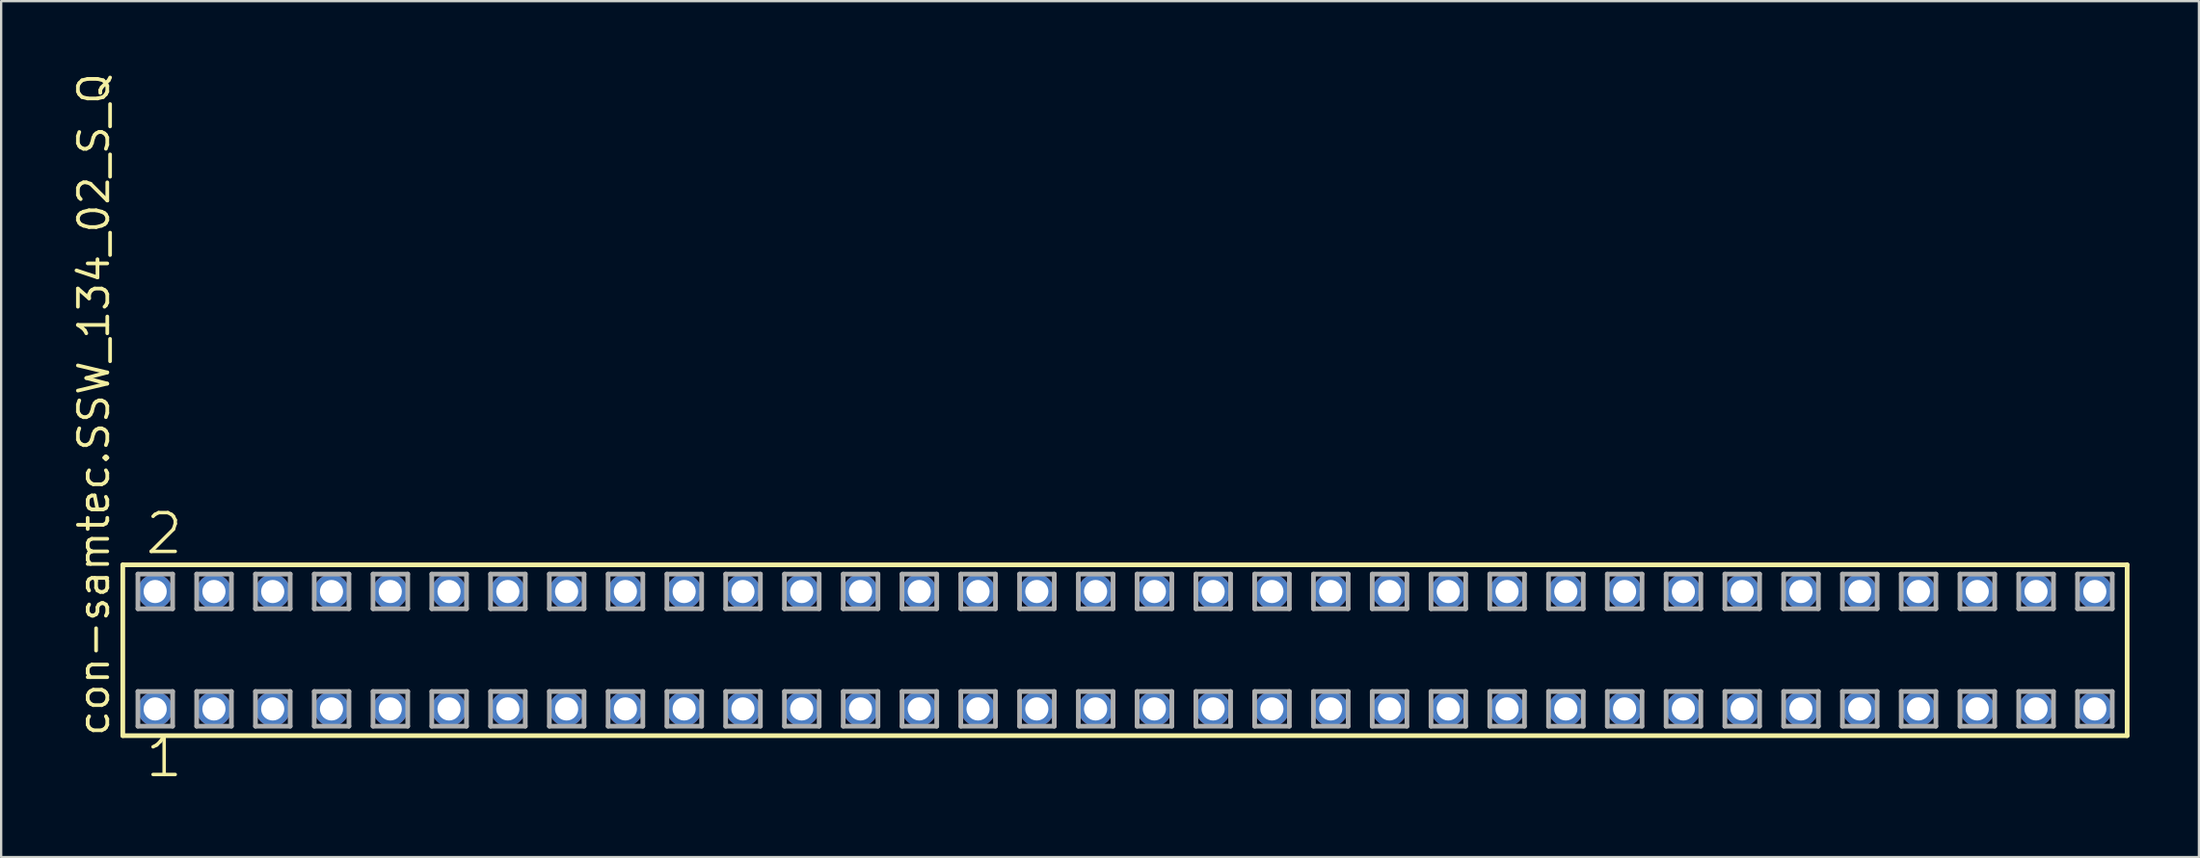
<source format=kicad_pcb>
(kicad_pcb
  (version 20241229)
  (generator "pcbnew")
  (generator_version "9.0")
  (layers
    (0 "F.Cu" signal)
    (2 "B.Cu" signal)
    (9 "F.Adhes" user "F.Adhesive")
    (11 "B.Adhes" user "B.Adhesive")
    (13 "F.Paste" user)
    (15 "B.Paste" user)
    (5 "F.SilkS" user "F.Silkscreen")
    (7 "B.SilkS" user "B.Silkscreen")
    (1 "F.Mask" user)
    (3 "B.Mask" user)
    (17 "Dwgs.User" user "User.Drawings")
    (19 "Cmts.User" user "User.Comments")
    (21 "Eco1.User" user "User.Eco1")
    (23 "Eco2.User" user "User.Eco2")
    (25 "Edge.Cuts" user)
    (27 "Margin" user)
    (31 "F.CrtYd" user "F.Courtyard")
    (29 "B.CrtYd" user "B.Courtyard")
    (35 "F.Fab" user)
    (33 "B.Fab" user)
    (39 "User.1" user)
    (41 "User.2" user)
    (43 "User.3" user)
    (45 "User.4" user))
  (footprint "con-samtec.SSW_134_02_S_Q"
    (layer "F.Cu")
    (at 45.565 25.082)
    (property "Reference" "con-samtec.SSW_134_02_S_Q" (at -43.815 3.81 90) (layer "F.SilkS") (effects (font (size 1.27 1.27) (thickness 0.16)) (justify left bottom)))
    (attr through_hole)
    (fp_line (start -43.309 -3.695) (end 43.309 -3.695) (stroke (width 0.203) (type default)) (layer "F.SilkS"))
    (fp_line (start -43.309 3.695) (end -43.309 -3.695) (stroke (width 0.203) (type default)) (layer "F.SilkS"))
    (fp_line (start 43.309 -3.695) (end 43.309 3.695) (stroke (width 0.203) (type default)) (layer "F.SilkS"))
    (fp_line (start 43.309 3.695) (end -43.309 3.695) (stroke (width 0.203) (type default)) (layer "F.SilkS"))
    (fp_line (start -42.655 -3.295) (end -41.155 -3.295) (stroke (width 0.203) (type default)) (layer "F.Fab"))
    (fp_line (start -42.655 -1.795) (end -42.655 -3.295) (stroke (width 0.203) (type default)) (layer "F.Fab"))
    (fp_line (start -42.655 1.785) (end -41.155 1.785) (stroke (width 0.203) (type default)) (layer "F.Fab"))
    (fp_line (start -42.655 3.285) (end -42.655 1.785) (stroke (width 0.203) (type default)) (layer "F.Fab"))
    (fp_line (start -41.155 -3.295) (end -41.155 -1.795) (stroke (width 0.203) (type default)) (layer "F.Fab"))
    (fp_line (start -41.155 -1.795) (end -42.655 -1.795) (stroke (width 0.203) (type default)) (layer "F.Fab"))
    (fp_line (start -41.155 1.785) (end -41.155 3.285) (stroke (width 0.203) (type default)) (layer "F.Fab"))
    (fp_line (start -41.155 3.285) (end -42.655 3.285) (stroke (width 0.203) (type default)) (layer "F.Fab"))
    (fp_line (start -40.115 -3.295) (end -38.615 -3.295) (stroke (width 0.203) (type default)) (layer "F.Fab"))
    (fp_line (start -40.115 -1.795) (end -40.115 -3.295) (stroke (width 0.203) (type default)) (layer "F.Fab"))
    (fp_line (start -40.115 1.785) (end -38.615 1.785) (stroke (width 0.203) (type default)) (layer "F.Fab"))
    (fp_line (start -40.115 3.285) (end -40.115 1.785) (stroke (width 0.203) (type default)) (layer "F.Fab"))
    (fp_line (start -38.615 -3.295) (end -38.615 -1.795) (stroke (width 0.203) (type default)) (layer "F.Fab"))
    (fp_line (start -38.615 -1.795) (end -40.115 -1.795) (stroke (width 0.203) (type default)) (layer "F.Fab"))
    (fp_line (start -38.615 1.785) (end -38.615 3.285) (stroke (width 0.203) (type default)) (layer "F.Fab"))
    (fp_line (start -38.615 3.285) (end -40.115 3.285) (stroke (width 0.203) (type default)) (layer "F.Fab"))
    (fp_line (start -37.575 -3.295) (end -36.075 -3.295) (stroke (width 0.203) (type default)) (layer "F.Fab"))
    (fp_line (start -37.575 -1.795) (end -37.575 -3.295) (stroke (width 0.203) (type default)) (layer "F.Fab"))
    (fp_line (start -37.575 1.785) (end -36.075 1.785) (stroke (width 0.203) (type default)) (layer "F.Fab"))
    (fp_line (start -37.575 3.285) (end -37.575 1.785) (stroke (width 0.203) (type default)) (layer "F.Fab"))
    (fp_line (start -36.075 -3.295) (end -36.075 -1.795) (stroke (width 0.203) (type default)) (layer "F.Fab"))
    (fp_line (start -36.075 -1.795) (end -37.575 -1.795) (stroke (width 0.203) (type default)) (layer "F.Fab"))
    (fp_line (start -36.075 1.785) (end -36.075 3.285) (stroke (width 0.203) (type default)) (layer "F.Fab"))
    (fp_line (start -36.075 3.285) (end -37.575 3.285) (stroke (width 0.203) (type default)) (layer "F.Fab"))
    (fp_line (start -35.035 -3.295) (end -33.535 -3.295) (stroke (width 0.203) (type default)) (layer "F.Fab"))
    (fp_line (start -35.035 -1.795) (end -35.035 -3.295) (stroke (width 0.203) (type default)) (layer "F.Fab"))
    (fp_line (start -35.035 1.785) (end -33.535 1.785) (stroke (width 0.203) (type default)) (layer "F.Fab"))
    (fp_line (start -35.035 3.285) (end -35.035 1.785) (stroke (width 0.203) (type default)) (layer "F.Fab"))
    (fp_line (start -33.535 -3.295) (end -33.535 -1.795) (stroke (width 0.203) (type default)) (layer "F.Fab"))
    (fp_line (start -33.535 -1.795) (end -35.035 -1.795) (stroke (width 0.203) (type default)) (layer "F.Fab"))
    (fp_line (start -33.535 1.785) (end -33.535 3.285) (stroke (width 0.203) (type default)) (layer "F.Fab"))
    (fp_line (start -33.535 3.285) (end -35.035 3.285) (stroke (width 0.203) (type default)) (layer "F.Fab"))
    (fp_line (start -32.495 -3.295) (end -30.995 -3.295) (stroke (width 0.203) (type default)) (layer "F.Fab"))
    (fp_line (start -32.495 -1.795) (end -32.495 -3.295) (stroke (width 0.203) (type default)) (layer "F.Fab"))
    (fp_line (start -32.495 1.785) (end -30.995 1.785) (stroke (width 0.203) (type default)) (layer "F.Fab"))
    (fp_line (start -32.495 3.285) (end -32.495 1.785) (stroke (width 0.203) (type default)) (layer "F.Fab"))
    (fp_line (start -30.995 -3.295) (end -30.995 -1.795) (stroke (width 0.203) (type default)) (layer "F.Fab"))
    (fp_line (start -30.995 -1.795) (end -32.495 -1.795) (stroke (width 0.203) (type default)) (layer "F.Fab"))
    (fp_line (start -30.995 1.785) (end -30.995 3.285) (stroke (width 0.203) (type default)) (layer "F.Fab"))
    (fp_line (start -30.995 3.285) (end -32.495 3.285) (stroke (width 0.203) (type default)) (layer "F.Fab"))
    (fp_line (start -29.955 -3.295) (end -28.455 -3.295) (stroke (width 0.203) (type default)) (layer "F.Fab"))
    (fp_line (start -29.955 -1.795) (end -29.955 -3.295) (stroke (width 0.203) (type default)) (layer "F.Fab"))
    (fp_line (start -29.955 1.785) (end -28.455 1.785) (stroke (width 0.203) (type default)) (layer "F.Fab"))
    (fp_line (start -29.955 3.285) (end -29.955 1.785) (stroke (width 0.203) (type default)) (layer "F.Fab"))
    (fp_line (start -28.455 -3.295) (end -28.455 -1.795) (stroke (width 0.203) (type default)) (layer "F.Fab"))
    (fp_line (start -28.455 -1.795) (end -29.955 -1.795) (stroke (width 0.203) (type default)) (layer "F.Fab"))
    (fp_line (start -28.455 1.785) (end -28.455 3.285) (stroke (width 0.203) (type default)) (layer "F.Fab"))
    (fp_line (start -28.455 3.285) (end -29.955 3.285) (stroke (width 0.203) (type default)) (layer "F.Fab"))
    (fp_line (start -27.415 -3.295) (end -25.915 -3.295) (stroke (width 0.203) (type default)) (layer "F.Fab"))
    (fp_line (start -27.415 -1.795) (end -27.415 -3.295) (stroke (width 0.203) (type default)) (layer "F.Fab"))
    (fp_line (start -27.415 1.785) (end -25.915 1.785) (stroke (width 0.203) (type default)) (layer "F.Fab"))
    (fp_line (start -27.415 3.285) (end -27.415 1.785) (stroke (width 0.203) (type default)) (layer "F.Fab"))
    (fp_line (start -25.915 -3.295) (end -25.915 -1.795) (stroke (width 0.203) (type default)) (layer "F.Fab"))
    (fp_line (start -25.915 -1.795) (end -27.415 -1.795) (stroke (width 0.203) (type default)) (layer "F.Fab"))
    (fp_line (start -25.915 1.785) (end -25.915 3.285) (stroke (width 0.203) (type default)) (layer "F.Fab"))
    (fp_line (start -25.915 3.285) (end -27.415 3.285) (stroke (width 0.203) (type default)) (layer "F.Fab"))
    (fp_line (start -24.875 -3.295) (end -23.375 -3.295) (stroke (width 0.203) (type default)) (layer "F.Fab"))
    (fp_line (start -24.875 -1.795) (end -24.875 -3.295) (stroke (width 0.203) (type default)) (layer "F.Fab"))
    (fp_line (start -24.875 1.785) (end -23.375 1.785) (stroke (width 0.203) (type default)) (layer "F.Fab"))
    (fp_line (start -24.875 3.285) (end -24.875 1.785) (stroke (width 0.203) (type default)) (layer "F.Fab"))
    (fp_line (start -23.375 -3.295) (end -23.375 -1.795) (stroke (width 0.203) (type default)) (layer "F.Fab"))
    (fp_line (start -23.375 -1.795) (end -24.875 -1.795) (stroke (width 0.203) (type default)) (layer "F.Fab"))
    (fp_line (start -23.375 1.785) (end -23.375 3.285) (stroke (width 0.203) (type default)) (layer "F.Fab"))
    (fp_line (start -23.375 3.285) (end -24.875 3.285) (stroke (width 0.203) (type default)) (layer "F.Fab"))
    (fp_line (start -22.335 -3.295) (end -20.835 -3.295) (stroke (width 0.203) (type default)) (layer "F.Fab"))
    (fp_line (start -22.335 -1.795) (end -22.335 -3.295) (stroke (width 0.203) (type default)) (layer "F.Fab"))
    (fp_line (start -22.335 1.785) (end -20.835 1.785) (stroke (width 0.203) (type default)) (layer "F.Fab"))
    (fp_line (start -22.335 3.285) (end -22.335 1.785) (stroke (width 0.203) (type default)) (layer "F.Fab"))
    (fp_line (start -20.835 -3.295) (end -20.835 -1.795) (stroke (width 0.203) (type default)) (layer "F.Fab"))
    (fp_line (start -20.835 -1.795) (end -22.335 -1.795) (stroke (width 0.203) (type default)) (layer "F.Fab"))
    (fp_line (start -20.835 1.785) (end -20.835 3.285) (stroke (width 0.203) (type default)) (layer "F.Fab"))
    (fp_line (start -20.835 3.285) (end -22.335 3.285) (stroke (width 0.203) (type default)) (layer "F.Fab"))
    (fp_line (start -19.795 -3.295) (end -18.295 -3.295) (stroke (width 0.203) (type default)) (layer "F.Fab"))
    (fp_line (start -19.795 -1.795) (end -19.795 -3.295) (stroke (width 0.203) (type default)) (layer "F.Fab"))
    (fp_line (start -19.795 1.785) (end -18.295 1.785) (stroke (width 0.203) (type default)) (layer "F.Fab"))
    (fp_line (start -19.795 3.285) (end -19.795 1.785) (stroke (width 0.203) (type default)) (layer "F.Fab"))
    (fp_line (start -18.295 -3.295) (end -18.295 -1.795) (stroke (width 0.203) (type default)) (layer "F.Fab"))
    (fp_line (start -18.295 -1.795) (end -19.795 -1.795) (stroke (width 0.203) (type default)) (layer "F.Fab"))
    (fp_line (start -18.295 1.785) (end -18.295 3.285) (stroke (width 0.203) (type default)) (layer "F.Fab"))
    (fp_line (start -18.295 3.285) (end -19.795 3.285) (stroke (width 0.203) (type default)) (layer "F.Fab"))
    (fp_line (start -17.255 -3.295) (end -15.755 -3.295) (stroke (width 0.203) (type default)) (layer "F.Fab"))
    (fp_line (start -17.255 -1.795) (end -17.255 -3.295) (stroke (width 0.203) (type default)) (layer "F.Fab"))
    (fp_line (start -17.255 1.785) (end -15.755 1.785) (stroke (width 0.203) (type default)) (layer "F.Fab"))
    (fp_line (start -17.255 3.285) (end -17.255 1.785) (stroke (width 0.203) (type default)) (layer "F.Fab"))
    (fp_line (start -15.755 -3.295) (end -15.755 -1.795) (stroke (width 0.203) (type default)) (layer "F.Fab"))
    (fp_line (start -15.755 -1.795) (end -17.255 -1.795) (stroke (width 0.203) (type default)) (layer "F.Fab"))
    (fp_line (start -15.755 1.785) (end -15.755 3.285) (stroke (width 0.203) (type default)) (layer "F.Fab"))
    (fp_line (start -15.755 3.285) (end -17.255 3.285) (stroke (width 0.203) (type default)) (layer "F.Fab"))
    (fp_line (start -14.715 -3.295) (end -13.215 -3.295) (stroke (width 0.203) (type default)) (layer "F.Fab"))
    (fp_line (start -14.715 -1.795) (end -14.715 -3.295) (stroke (width 0.203) (type default)) (layer "F.Fab"))
    (fp_line (start -14.715 1.785) (end -13.215 1.785) (stroke (width 0.203) (type default)) (layer "F.Fab"))
    (fp_line (start -14.715 3.285) (end -14.715 1.785) (stroke (width 0.203) (type default)) (layer "F.Fab"))
    (fp_line (start -13.215 -3.295) (end -13.215 -1.795) (stroke (width 0.203) (type default)) (layer "F.Fab"))
    (fp_line (start -13.215 -1.795) (end -14.715 -1.795) (stroke (width 0.203) (type default)) (layer "F.Fab"))
    (fp_line (start -13.215 1.785) (end -13.215 3.285) (stroke (width 0.203) (type default)) (layer "F.Fab"))
    (fp_line (start -13.215 3.285) (end -14.715 3.285) (stroke (width 0.203) (type default)) (layer "F.Fab"))
    (fp_line (start -12.175 -3.295) (end -10.675 -3.295) (stroke (width 0.203) (type default)) (layer "F.Fab"))
    (fp_line (start -12.175 -1.795) (end -12.175 -3.295) (stroke (width 0.203) (type default)) (layer "F.Fab"))
    (fp_line (start -12.175 1.785) (end -10.675 1.785) (stroke (width 0.203) (type default)) (layer "F.Fab"))
    (fp_line (start -12.175 3.285) (end -12.175 1.785) (stroke (width 0.203) (type default)) (layer "F.Fab"))
    (fp_line (start -10.675 -3.295) (end -10.675 -1.795) (stroke (width 0.203) (type default)) (layer "F.Fab"))
    (fp_line (start -10.675 -1.795) (end -12.175 -1.795) (stroke (width 0.203) (type default)) (layer "F.Fab"))
    (fp_line (start -10.675 1.785) (end -10.675 3.285) (stroke (width 0.203) (type default)) (layer "F.Fab"))
    (fp_line (start -10.675 3.285) (end -12.175 3.285) (stroke (width 0.203) (type default)) (layer "F.Fab"))
    (fp_line (start -9.635 -3.295) (end -8.135 -3.295) (stroke (width 0.203) (type default)) (layer "F.Fab"))
    (fp_line (start -9.635 -1.795) (end -9.635 -3.295) (stroke (width 0.203) (type default)) (layer "F.Fab"))
    (fp_line (start -9.635 1.785) (end -8.135 1.785) (stroke (width 0.203) (type default)) (layer "F.Fab"))
    (fp_line (start -9.635 3.285) (end -9.635 1.785) (stroke (width 0.203) (type default)) (layer "F.Fab"))
    (fp_line (start -8.135 -3.295) (end -8.135 -1.795) (stroke (width 0.203) (type default)) (layer "F.Fab"))
    (fp_line (start -8.135 -1.795) (end -9.635 -1.795) (stroke (width 0.203) (type default)) (layer "F.Fab"))
    (fp_line (start -8.135 1.785) (end -8.135 3.285) (stroke (width 0.203) (type default)) (layer "F.Fab"))
    (fp_line (start -8.135 3.285) (end -9.635 3.285) (stroke (width 0.203) (type default)) (layer "F.Fab"))
    (fp_line (start -7.095 -3.295) (end -5.595 -3.295) (stroke (width 0.203) (type default)) (layer "F.Fab"))
    (fp_line (start -7.095 -1.795) (end -7.095 -3.295) (stroke (width 0.203) (type default)) (layer "F.Fab"))
    (fp_line (start -7.095 1.785) (end -5.595 1.785) (stroke (width 0.203) (type default)) (layer "F.Fab"))
    (fp_line (start -7.095 3.285) (end -7.095 1.785) (stroke (width 0.203) (type default)) (layer "F.Fab"))
    (fp_line (start -5.595 -3.295) (end -5.595 -1.795) (stroke (width 0.203) (type default)) (layer "F.Fab"))
    (fp_line (start -5.595 -1.795) (end -7.095 -1.795) (stroke (width 0.203) (type default)) (layer "F.Fab"))
    (fp_line (start -5.595 1.785) (end -5.595 3.285) (stroke (width 0.203) (type default)) (layer "F.Fab"))
    (fp_line (start -5.595 3.285) (end -7.095 3.285) (stroke (width 0.203) (type default)) (layer "F.Fab"))
    (fp_line (start -4.555 -3.295) (end -3.055 -3.295) (stroke (width 0.203) (type default)) (layer "F.Fab"))
    (fp_line (start -4.555 -1.795) (end -4.555 -3.295) (stroke (width 0.203) (type default)) (layer "F.Fab"))
    (fp_line (start -4.555 1.785) (end -3.055 1.785) (stroke (width 0.203) (type default)) (layer "F.Fab"))
    (fp_line (start -4.555 3.285) (end -4.555 1.785) (stroke (width 0.203) (type default)) (layer "F.Fab"))
    (fp_line (start -3.055 -3.295) (end -3.055 -1.795) (stroke (width 0.203) (type default)) (layer "F.Fab"))
    (fp_line (start -3.055 -1.795) (end -4.555 -1.795) (stroke (width 0.203) (type default)) (layer "F.Fab"))
    (fp_line (start -3.055 1.785) (end -3.055 3.285) (stroke (width 0.203) (type default)) (layer "F.Fab"))
    (fp_line (start -3.055 3.285) (end -4.555 3.285) (stroke (width 0.203) (type default)) (layer "F.Fab"))
    (fp_line (start -2.015 -3.295) (end -0.515 -3.295) (stroke (width 0.203) (type default)) (layer "F.Fab"))
    (fp_line (start -2.015 -1.795) (end -2.015 -3.295) (stroke (width 0.203) (type default)) (layer "F.Fab"))
    (fp_line (start -2.015 1.785) (end -0.515 1.785) (stroke (width 0.203) (type default)) (layer "F.Fab"))
    (fp_line (start -2.015 3.285) (end -2.015 1.785) (stroke (width 0.203) (type default)) (layer "F.Fab"))
    (fp_line (start -0.515 -3.295) (end -0.515 -1.795) (stroke (width 0.203) (type default)) (layer "F.Fab"))
    (fp_line (start -0.515 -1.795) (end -2.015 -1.795) (stroke (width 0.203) (type default)) (layer "F.Fab"))
    (fp_line (start -0.515 1.785) (end -0.515 3.285) (stroke (width 0.203) (type default)) (layer "F.Fab"))
    (fp_line (start -0.515 3.285) (end -2.015 3.285) (stroke (width 0.203) (type default)) (layer "F.Fab"))
    (fp_line (start 0.525 -3.295) (end 2.025 -3.295) (stroke (width 0.203) (type default)) (layer "F.Fab"))
    (fp_line (start 0.525 -1.795) (end 0.525 -3.295) (stroke (width 0.203) (type default)) (layer "F.Fab"))
    (fp_line (start 0.525 1.785) (end 2.025 1.785) (stroke (width 0.203) (type default)) (layer "F.Fab"))
    (fp_line (start 0.525 3.285) (end 0.525 1.785) (stroke (width 0.203) (type default)) (layer "F.Fab"))
    (fp_line (start 2.025 -3.295) (end 2.025 -1.795) (stroke (width 0.203) (type default)) (layer "F.Fab"))
    (fp_line (start 2.025 -1.795) (end 0.525 -1.795) (stroke (width 0.203) (type default)) (layer "F.Fab"))
    (fp_line (start 2.025 1.785) (end 2.025 3.285) (stroke (width 0.203) (type default)) (layer "F.Fab"))
    (fp_line (start 2.025 3.285) (end 0.525 3.285) (stroke (width 0.203) (type default)) (layer "F.Fab"))
    (fp_line (start 3.065 -3.295) (end 4.565 -3.295) (stroke (width 0.203) (type default)) (layer "F.Fab"))
    (fp_line (start 3.065 -1.795) (end 3.065 -3.295) (stroke (width 0.203) (type default)) (layer "F.Fab"))
    (fp_line (start 3.065 1.785) (end 4.565 1.785) (stroke (width 0.203) (type default)) (layer "F.Fab"))
    (fp_line (start 3.065 3.285) (end 3.065 1.785) (stroke (width 0.203) (type default)) (layer "F.Fab"))
    (fp_line (start 4.565 -3.295) (end 4.565 -1.795) (stroke (width 0.203) (type default)) (layer "F.Fab"))
    (fp_line (start 4.565 -1.795) (end 3.065 -1.795) (stroke (width 0.203) (type default)) (layer "F.Fab"))
    (fp_line (start 4.565 1.785) (end 4.565 3.285) (stroke (width 0.203) (type default)) (layer "F.Fab"))
    (fp_line (start 4.565 3.285) (end 3.065 3.285) (stroke (width 0.203) (type default)) (layer "F.Fab"))
    (fp_line (start 5.605 -3.295) (end 7.105 -3.295) (stroke (width 0.203) (type default)) (layer "F.Fab"))
    (fp_line (start 5.605 -1.795) (end 5.605 -3.295) (stroke (width 0.203) (type default)) (layer "F.Fab"))
    (fp_line (start 5.605 1.785) (end 7.105 1.785) (stroke (width 0.203) (type default)) (layer "F.Fab"))
    (fp_line (start 5.605 3.285) (end 5.605 1.785) (stroke (width 0.203) (type default)) (layer "F.Fab"))
    (fp_line (start 7.105 -3.295) (end 7.105 -1.795) (stroke (width 0.203) (type default)) (layer "F.Fab"))
    (fp_line (start 7.105 -1.795) (end 5.605 -1.795) (stroke (width 0.203) (type default)) (layer "F.Fab"))
    (fp_line (start 7.105 1.785) (end 7.105 3.285) (stroke (width 0.203) (type default)) (layer "F.Fab"))
    (fp_line (start 7.105 3.285) (end 5.605 3.285) (stroke (width 0.203) (type default)) (layer "F.Fab"))
    (fp_line (start 8.145 -3.295) (end 9.645 -3.295) (stroke (width 0.203) (type default)) (layer "F.Fab"))
    (fp_line (start 8.145 -1.795) (end 8.145 -3.295) (stroke (width 0.203) (type default)) (layer "F.Fab"))
    (fp_line (start 8.145 1.785) (end 9.645 1.785) (stroke (width 0.203) (type default)) (layer "F.Fab"))
    (fp_line (start 8.145 3.285) (end 8.145 1.785) (stroke (width 0.203) (type default)) (layer "F.Fab"))
    (fp_line (start 9.645 -3.295) (end 9.645 -1.795) (stroke (width 0.203) (type default)) (layer "F.Fab"))
    (fp_line (start 9.645 -1.795) (end 8.145 -1.795) (stroke (width 0.203) (type default)) (layer "F.Fab"))
    (fp_line (start 9.645 1.785) (end 9.645 3.285) (stroke (width 0.203) (type default)) (layer "F.Fab"))
    (fp_line (start 9.645 3.285) (end 8.145 3.285) (stroke (width 0.203) (type default)) (layer "F.Fab"))
    (fp_line (start 10.685 -3.295) (end 12.185 -3.295) (stroke (width 0.203) (type default)) (layer "F.Fab"))
    (fp_line (start 10.685 -1.795) (end 10.685 -3.295) (stroke (width 0.203) (type default)) (layer "F.Fab"))
    (fp_line (start 10.685 1.785) (end 12.185 1.785) (stroke (width 0.203) (type default)) (layer "F.Fab"))
    (fp_line (start 10.685 3.285) (end 10.685 1.785) (stroke (width 0.203) (type default)) (layer "F.Fab"))
    (fp_line (start 12.185 -3.295) (end 12.185 -1.795) (stroke (width 0.203) (type default)) (layer "F.Fab"))
    (fp_line (start 12.185 -1.795) (end 10.685 -1.795) (stroke (width 0.203) (type default)) (layer "F.Fab"))
    (fp_line (start 12.185 1.785) (end 12.185 3.285) (stroke (width 0.203) (type default)) (layer "F.Fab"))
    (fp_line (start 12.185 3.285) (end 10.685 3.285) (stroke (width 0.203) (type default)) (layer "F.Fab"))
    (fp_line (start 13.225 -3.295) (end 14.725 -3.295) (stroke (width 0.203) (type default)) (layer "F.Fab"))
    (fp_line (start 13.225 -1.795) (end 13.225 -3.295) (stroke (width 0.203) (type default)) (layer "F.Fab"))
    (fp_line (start 13.225 1.785) (end 14.725 1.785) (stroke (width 0.203) (type default)) (layer "F.Fab"))
    (fp_line (start 13.225 3.285) (end 13.225 1.785) (stroke (width 0.203) (type default)) (layer "F.Fab"))
    (fp_line (start 14.725 -3.295) (end 14.725 -1.795) (stroke (width 0.203) (type default)) (layer "F.Fab"))
    (fp_line (start 14.725 -1.795) (end 13.225 -1.795) (stroke (width 0.203) (type default)) (layer "F.Fab"))
    (fp_line (start 14.725 1.785) (end 14.725 3.285) (stroke (width 0.203) (type default)) (layer "F.Fab"))
    (fp_line (start 14.725 3.285) (end 13.225 3.285) (stroke (width 0.203) (type default)) (layer "F.Fab"))
    (fp_line (start 15.765 -3.295) (end 17.265 -3.295) (stroke (width 0.203) (type default)) (layer "F.Fab"))
    (fp_line (start 15.765 -1.795) (end 15.765 -3.295) (stroke (width 0.203) (type default)) (layer "F.Fab"))
    (fp_line (start 15.765 1.785) (end 17.265 1.785) (stroke (width 0.203) (type default)) (layer "F.Fab"))
    (fp_line (start 15.765 3.285) (end 15.765 1.785) (stroke (width 0.203) (type default)) (layer "F.Fab"))
    (fp_line (start 17.265 -3.295) (end 17.265 -1.795) (stroke (width 0.203) (type default)) (layer "F.Fab"))
    (fp_line (start 17.265 -1.795) (end 15.765 -1.795) (stroke (width 0.203) (type default)) (layer "F.Fab"))
    (fp_line (start 17.265 1.785) (end 17.265 3.285) (stroke (width 0.203) (type default)) (layer "F.Fab"))
    (fp_line (start 17.265 3.285) (end 15.765 3.285) (stroke (width 0.203) (type default)) (layer "F.Fab"))
    (fp_line (start 18.305 -3.295) (end 19.805 -3.295) (stroke (width 0.203) (type default)) (layer "F.Fab"))
    (fp_line (start 18.305 -1.795) (end 18.305 -3.295) (stroke (width 0.203) (type default)) (layer "F.Fab"))
    (fp_line (start 18.305 1.785) (end 19.805 1.785) (stroke (width 0.203) (type default)) (layer "F.Fab"))
    (fp_line (start 18.305 3.285) (end 18.305 1.785) (stroke (width 0.203) (type default)) (layer "F.Fab"))
    (fp_line (start 19.805 -3.295) (end 19.805 -1.795) (stroke (width 0.203) (type default)) (layer "F.Fab"))
    (fp_line (start 19.805 -1.795) (end 18.305 -1.795) (stroke (width 0.203) (type default)) (layer "F.Fab"))
    (fp_line (start 19.805 1.785) (end 19.805 3.285) (stroke (width 0.203) (type default)) (layer "F.Fab"))
    (fp_line (start 19.805 3.285) (end 18.305 3.285) (stroke (width 0.203) (type default)) (layer "F.Fab"))
    (fp_line (start 20.845 -3.295) (end 22.345 -3.295) (stroke (width 0.203) (type default)) (layer "F.Fab"))
    (fp_line (start 20.845 -1.795) (end 20.845 -3.295) (stroke (width 0.203) (type default)) (layer "F.Fab"))
    (fp_line (start 20.845 1.785) (end 22.345 1.785) (stroke (width 0.203) (type default)) (layer "F.Fab"))
    (fp_line (start 20.845 3.285) (end 20.845 1.785) (stroke (width 0.203) (type default)) (layer "F.Fab"))
    (fp_line (start 22.345 -3.295) (end 22.345 -1.795) (stroke (width 0.203) (type default)) (layer "F.Fab"))
    (fp_line (start 22.345 -1.795) (end 20.845 -1.795) (stroke (width 0.203) (type default)) (layer "F.Fab"))
    (fp_line (start 22.345 1.785) (end 22.345 3.285) (stroke (width 0.203) (type default)) (layer "F.Fab"))
    (fp_line (start 22.345 3.285) (end 20.845 3.285) (stroke (width 0.203) (type default)) (layer "F.Fab"))
    (fp_line (start 23.385 -3.295) (end 24.885 -3.295) (stroke (width 0.203) (type default)) (layer "F.Fab"))
    (fp_line (start 23.385 -1.795) (end 23.385 -3.295) (stroke (width 0.203) (type default)) (layer "F.Fab"))
    (fp_line (start 23.385 1.785) (end 24.885 1.785) (stroke (width 0.203) (type default)) (layer "F.Fab"))
    (fp_line (start 23.385 3.285) (end 23.385 1.785) (stroke (width 0.203) (type default)) (layer "F.Fab"))
    (fp_line (start 24.885 -3.295) (end 24.885 -1.795) (stroke (width 0.203) (type default)) (layer "F.Fab"))
    (fp_line (start 24.885 -1.795) (end 23.385 -1.795) (stroke (width 0.203) (type default)) (layer "F.Fab"))
    (fp_line (start 24.885 1.785) (end 24.885 3.285) (stroke (width 0.203) (type default)) (layer "F.Fab"))
    (fp_line (start 24.885 3.285) (end 23.385 3.285) (stroke (width 0.203) (type default)) (layer "F.Fab"))
    (fp_line (start 25.925 -3.295) (end 27.425 -3.295) (stroke (width 0.203) (type default)) (layer "F.Fab"))
    (fp_line (start 25.925 -1.795) (end 25.925 -3.295) (stroke (width 0.203) (type default)) (layer "F.Fab"))
    (fp_line (start 25.925 1.785) (end 27.425 1.785) (stroke (width 0.203) (type default)) (layer "F.Fab"))
    (fp_line (start 25.925 3.285) (end 25.925 1.785) (stroke (width 0.203) (type default)) (layer "F.Fab"))
    (fp_line (start 27.425 -3.295) (end 27.425 -1.795) (stroke (width 0.203) (type default)) (layer "F.Fab"))
    (fp_line (start 27.425 -1.795) (end 25.925 -1.795) (stroke (width 0.203) (type default)) (layer "F.Fab"))
    (fp_line (start 27.425 1.785) (end 27.425 3.285) (stroke (width 0.203) (type default)) (layer "F.Fab"))
    (fp_line (start 27.425 3.285) (end 25.925 3.285) (stroke (width 0.203) (type default)) (layer "F.Fab"))
    (fp_line (start 28.465 -3.295) (end 29.965 -3.295) (stroke (width 0.203) (type default)) (layer "F.Fab"))
    (fp_line (start 28.465 -1.795) (end 28.465 -3.295) (stroke (width 0.203) (type default)) (layer "F.Fab"))
    (fp_line (start 28.465 1.785) (end 29.965 1.785) (stroke (width 0.203) (type default)) (layer "F.Fab"))
    (fp_line (start 28.465 3.285) (end 28.465 1.785) (stroke (width 0.203) (type default)) (layer "F.Fab"))
    (fp_line (start 29.965 -3.295) (end 29.965 -1.795) (stroke (width 0.203) (type default)) (layer "F.Fab"))
    (fp_line (start 29.965 -1.795) (end 28.465 -1.795) (stroke (width 0.203) (type default)) (layer "F.Fab"))
    (fp_line (start 29.965 1.785) (end 29.965 3.285) (stroke (width 0.203) (type default)) (layer "F.Fab"))
    (fp_line (start 29.965 3.285) (end 28.465 3.285) (stroke (width 0.203) (type default)) (layer "F.Fab"))
    (fp_line (start 31.005 -3.295) (end 32.505 -3.295) (stroke (width 0.203) (type default)) (layer "F.Fab"))
    (fp_line (start 31.005 -1.795) (end 31.005 -3.295) (stroke (width 0.203) (type default)) (layer "F.Fab"))
    (fp_line (start 31.005 1.785) (end 32.505 1.785) (stroke (width 0.203) (type default)) (layer "F.Fab"))
    (fp_line (start 31.005 3.285) (end 31.005 1.785) (stroke (width 0.203) (type default)) (layer "F.Fab"))
    (fp_line (start 32.505 -3.295) (end 32.505 -1.795) (stroke (width 0.203) (type default)) (layer "F.Fab"))
    (fp_line (start 32.505 -1.795) (end 31.005 -1.795) (stroke (width 0.203) (type default)) (layer "F.Fab"))
    (fp_line (start 32.505 1.785) (end 32.505 3.285) (stroke (width 0.203) (type default)) (layer "F.Fab"))
    (fp_line (start 32.505 3.285) (end 31.005 3.285) (stroke (width 0.203) (type default)) (layer "F.Fab"))
    (fp_line (start 33.545 -3.295) (end 35.045 -3.295) (stroke (width 0.203) (type default)) (layer "F.Fab"))
    (fp_line (start 33.545 -1.795) (end 33.545 -3.295) (stroke (width 0.203) (type default)) (layer "F.Fab"))
    (fp_line (start 33.545 1.785) (end 35.045 1.785) (stroke (width 0.203) (type default)) (layer "F.Fab"))
    (fp_line (start 33.545 3.285) (end 33.545 1.785) (stroke (width 0.203) (type default)) (layer "F.Fab"))
    (fp_line (start 35.045 -3.295) (end 35.045 -1.795) (stroke (width 0.203) (type default)) (layer "F.Fab"))
    (fp_line (start 35.045 -1.795) (end 33.545 -1.795) (stroke (width 0.203) (type default)) (layer "F.Fab"))
    (fp_line (start 35.045 1.785) (end 35.045 3.285) (stroke (width 0.203) (type default)) (layer "F.Fab"))
    (fp_line (start 35.045 3.285) (end 33.545 3.285) (stroke (width 0.203) (type default)) (layer "F.Fab"))
    (fp_line (start 36.085 -3.295) (end 37.585 -3.295) (stroke (width 0.203) (type default)) (layer "F.Fab"))
    (fp_line (start 36.085 -1.795) (end 36.085 -3.295) (stroke (width 0.203) (type default)) (layer "F.Fab"))
    (fp_line (start 36.085 1.785) (end 37.585 1.785) (stroke (width 0.203) (type default)) (layer "F.Fab"))
    (fp_line (start 36.085 3.285) (end 36.085 1.785) (stroke (width 0.203) (type default)) (layer "F.Fab"))
    (fp_line (start 37.585 -3.295) (end 37.585 -1.795) (stroke (width 0.203) (type default)) (layer "F.Fab"))
    (fp_line (start 37.585 -1.795) (end 36.085 -1.795) (stroke (width 0.203) (type default)) (layer "F.Fab"))
    (fp_line (start 37.585 1.785) (end 37.585 3.285) (stroke (width 0.203) (type default)) (layer "F.Fab"))
    (fp_line (start 37.585 3.285) (end 36.085 3.285) (stroke (width 0.203) (type default)) (layer "F.Fab"))
    (fp_line (start 38.625 -3.295) (end 40.125 -3.295) (stroke (width 0.203) (type default)) (layer "F.Fab"))
    (fp_line (start 38.625 -1.795) (end 38.625 -3.295) (stroke (width 0.203) (type default)) (layer "F.Fab"))
    (fp_line (start 38.625 1.785) (end 40.125 1.785) (stroke (width 0.203) (type default)) (layer "F.Fab"))
    (fp_line (start 38.625 3.285) (end 38.625 1.785) (stroke (width 0.203) (type default)) (layer "F.Fab"))
    (fp_line (start 40.125 -3.295) (end 40.125 -1.795) (stroke (width 0.203) (type default)) (layer "F.Fab"))
    (fp_line (start 40.125 -1.795) (end 38.625 -1.795) (stroke (width 0.203) (type default)) (layer "F.Fab"))
    (fp_line (start 40.125 1.785) (end 40.125 3.285) (stroke (width 0.203) (type default)) (layer "F.Fab"))
    (fp_line (start 40.125 3.285) (end 38.625 3.285) (stroke (width 0.203) (type default)) (layer "F.Fab"))
    (fp_line (start 41.165 -3.295) (end 42.665 -3.295) (stroke (width 0.203) (type default)) (layer "F.Fab"))
    (fp_line (start 41.165 -1.795) (end 41.165 -3.295) (stroke (width 0.203) (type default)) (layer "F.Fab"))
    (fp_line (start 41.165 1.785) (end 42.665 1.785) (stroke (width 0.203) (type default)) (layer "F.Fab"))
    (fp_line (start 41.165 3.285) (end 41.165 1.785) (stroke (width 0.203) (type default)) (layer "F.Fab"))
    (fp_line (start 42.665 -3.295) (end 42.665 -1.795) (stroke (width 0.203) (type default)) (layer "F.Fab"))
    (fp_line (start 42.665 -1.795) (end 41.165 -1.795) (stroke (width 0.203) (type default)) (layer "F.Fab"))
    (fp_line (start 42.665 1.785) (end 42.665 3.285) (stroke (width 0.203) (type default)) (layer "F.Fab"))
    (fp_line (start 42.665 3.285) (end 41.165 3.285) (stroke (width 0.203) (type default)) (layer "F.Fab"))
    (fp_text user "1" (at -42.418 5.588 0) (layer "F.SilkS") (effects (font (size 1.676 1.676) (thickness 0.15)) (justify left bottom)))
    (fp_text user "2" (at -42.418 -4.064 0) (layer "F.SilkS") (effects (font (size 1.676 1.676) (thickness 0.15)) (justify left bottom)))
    (pad "1" thru_hole circle (at -41.91 2.54) (size 1.5 1.5) (drill 1) (layers "*.Cu" "*.Mask"))
    (pad "2" thru_hole circle (at -41.91 -2.54) (size 1.5 1.5) (drill 1) (layers "*.Cu" "*.Mask"))
    (pad "3" thru_hole circle (at -39.37 2.54) (size 1.5 1.5) (drill 1) (layers "*.Cu" "*.Mask"))
    (pad "4" thru_hole circle (at -39.37 -2.54) (size 1.5 1.5) (drill 1) (layers "*.Cu" "*.Mask"))
    (pad "5" thru_hole circle (at -36.83 2.54) (size 1.5 1.5) (drill 1) (layers "*.Cu" "*.Mask"))
    (pad "6" thru_hole circle (at -36.83 -2.54) (size 1.5 1.5) (drill 1) (layers "*.Cu" "*.Mask"))
    (pad "7" thru_hole circle (at -34.29 2.54) (size 1.5 1.5) (drill 1) (layers "*.Cu" "*.Mask"))
    (pad "8" thru_hole circle (at -34.29 -2.54) (size 1.5 1.5) (drill 1) (layers "*.Cu" "*.Mask"))
    (pad "9" thru_hole circle (at -31.75 2.54) (size 1.5 1.5) (drill 1) (layers "*.Cu" "*.Mask"))
    (pad "10" thru_hole circle (at -31.75 -2.54) (size 1.5 1.5) (drill 1) (layers "*.Cu" "*.Mask"))
    (pad "11" thru_hole circle (at -29.21 2.54) (size 1.5 1.5) (drill 1) (layers "*.Cu" "*.Mask"))
    (pad "12" thru_hole circle (at -29.21 -2.54) (size 1.5 1.5) (drill 1) (layers "*.Cu" "*.Mask"))
    (pad "13" thru_hole circle (at -26.67 2.54) (size 1.5 1.5) (drill 1) (layers "*.Cu" "*.Mask"))
    (pad "14" thru_hole circle (at -26.67 -2.54) (size 1.5 1.5) (drill 1) (layers "*.Cu" "*.Mask"))
    (pad "15" thru_hole circle (at -24.13 2.54) (size 1.5 1.5) (drill 1) (layers "*.Cu" "*.Mask"))
    (pad "16" thru_hole circle (at -24.13 -2.54) (size 1.5 1.5) (drill 1) (layers "*.Cu" "*.Mask"))
    (pad "17" thru_hole circle (at -21.59 2.54) (size 1.5 1.5) (drill 1) (layers "*.Cu" "*.Mask"))
    (pad "18" thru_hole circle (at -21.59 -2.54) (size 1.5 1.5) (drill 1) (layers "*.Cu" "*.Mask"))
    (pad "19" thru_hole circle (at -19.05 2.54) (size 1.5 1.5) (drill 1) (layers "*.Cu" "*.Mask"))
    (pad "20" thru_hole circle (at -19.05 -2.54) (size 1.5 1.5) (drill 1) (layers "*.Cu" "*.Mask"))
    (pad "21" thru_hole circle (at -16.51 2.54) (size 1.5 1.5) (drill 1) (layers "*.Cu" "*.Mask"))
    (pad "22" thru_hole circle (at -16.51 -2.54) (size 1.5 1.5) (drill 1) (layers "*.Cu" "*.Mask"))
    (pad "23" thru_hole circle (at -13.97 2.54) (size 1.5 1.5) (drill 1) (layers "*.Cu" "*.Mask"))
    (pad "24" thru_hole circle (at -13.97 -2.54) (size 1.5 1.5) (drill 1) (layers "*.Cu" "*.Mask"))
    (pad "25" thru_hole circle (at -11.43 2.54) (size 1.5 1.5) (drill 1) (layers "*.Cu" "*.Mask"))
    (pad "26" thru_hole circle (at -11.43 -2.54) (size 1.5 1.5) (drill 1) (layers "*.Cu" "*.Mask"))
    (pad "27" thru_hole circle (at -8.89 2.54) (size 1.5 1.5) (drill 1) (layers "*.Cu" "*.Mask"))
    (pad "28" thru_hole circle (at -8.89 -2.54) (size 1.5 1.5) (drill 1) (layers "*.Cu" "*.Mask"))
    (pad "29" thru_hole circle (at -6.35 2.54) (size 1.5 1.5) (drill 1) (layers "*.Cu" "*.Mask"))
    (pad "30" thru_hole circle (at -6.35 -2.54) (size 1.5 1.5) (drill 1) (layers "*.Cu" "*.Mask"))
    (pad "31" thru_hole circle (at -3.81 2.54) (size 1.5 1.5) (drill 1) (layers "*.Cu" "*.Mask"))
    (pad "32" thru_hole circle (at -3.81 -2.54) (size 1.5 1.5) (drill 1) (layers "*.Cu" "*.Mask"))
    (pad "33" thru_hole circle (at -1.27 2.54) (size 1.5 1.5) (drill 1) (layers "*.Cu" "*.Mask"))
    (pad "34" thru_hole circle (at -1.27 -2.54) (size 1.5 1.5) (drill 1) (layers "*.Cu" "*.Mask"))
    (pad "35" thru_hole circle (at 1.27 2.54) (size 1.5 1.5) (drill 1) (layers "*.Cu" "*.Mask"))
    (pad "36" thru_hole circle (at 1.27 -2.54) (size 1.5 1.5) (drill 1) (layers "*.Cu" "*.Mask"))
    (pad "37" thru_hole circle (at 3.81 2.54) (size 1.5 1.5) (drill 1) (layers "*.Cu" "*.Mask"))
    (pad "38" thru_hole circle (at 3.81 -2.54) (size 1.5 1.5) (drill 1) (layers "*.Cu" "*.Mask"))
    (pad "39" thru_hole circle (at 6.35 2.54) (size 1.5 1.5) (drill 1) (layers "*.Cu" "*.Mask"))
    (pad "40" thru_hole circle (at 6.35 -2.54) (size 1.5 1.5) (drill 1) (layers "*.Cu" "*.Mask"))
    (pad "41" thru_hole circle (at 8.89 2.54) (size 1.5 1.5) (drill 1) (layers "*.Cu" "*.Mask"))
    (pad "42" thru_hole circle (at 8.89 -2.54) (size 1.5 1.5) (drill 1) (layers "*.Cu" "*.Mask"))
    (pad "43" thru_hole circle (at 11.43 2.54) (size 1.5 1.5) (drill 1) (layers "*.Cu" "*.Mask"))
    (pad "44" thru_hole circle (at 11.43 -2.54) (size 1.5 1.5) (drill 1) (layers "*.Cu" "*.Mask"))
    (pad "45" thru_hole circle (at 13.97 2.54) (size 1.5 1.5) (drill 1) (layers "*.Cu" "*.Mask"))
    (pad "46" thru_hole circle (at 13.97 -2.54) (size 1.5 1.5) (drill 1) (layers "*.Cu" "*.Mask"))
    (pad "47" thru_hole circle (at 16.51 2.54) (size 1.5 1.5) (drill 1) (layers "*.Cu" "*.Mask"))
    (pad "48" thru_hole circle (at 16.51 -2.54) (size 1.5 1.5) (drill 1) (layers "*.Cu" "*.Mask"))
    (pad "49" thru_hole circle (at 19.05 2.54) (size 1.5 1.5) (drill 1) (layers "*.Cu" "*.Mask"))
    (pad "50" thru_hole circle (at 19.05 -2.54) (size 1.5 1.5) (drill 1) (layers "*.Cu" "*.Mask"))
    (pad "51" thru_hole circle (at 21.59 2.54) (size 1.5 1.5) (drill 1) (layers "*.Cu" "*.Mask"))
    (pad "52" thru_hole circle (at 21.59 -2.54) (size 1.5 1.5) (drill 1) (layers "*.Cu" "*.Mask"))
    (pad "53" thru_hole circle (at 24.13 2.54) (size 1.5 1.5) (drill 1) (layers "*.Cu" "*.Mask"))
    (pad "54" thru_hole circle (at 24.13 -2.54) (size 1.5 1.5) (drill 1) (layers "*.Cu" "*.Mask"))
    (pad "55" thru_hole circle (at 26.67 2.54) (size 1.5 1.5) (drill 1) (layers "*.Cu" "*.Mask"))
    (pad "56" thru_hole circle (at 26.67 -2.54) (size 1.5 1.5) (drill 1) (layers "*.Cu" "*.Mask"))
    (pad "57" thru_hole circle (at 29.21 2.54) (size 1.5 1.5) (drill 1) (layers "*.Cu" "*.Mask"))
    (pad "58" thru_hole circle (at 29.21 -2.54) (size 1.5 1.5) (drill 1) (layers "*.Cu" "*.Mask"))
    (pad "59" thru_hole circle (at 31.75 2.54) (size 1.5 1.5) (drill 1) (layers "*.Cu" "*.Mask"))
    (pad "60" thru_hole circle (at 31.75 -2.54) (size 1.5 1.5) (drill 1) (layers "*.Cu" "*.Mask"))
    (pad "61" thru_hole circle (at 34.29 2.54) (size 1.5 1.5) (drill 1) (layers "*.Cu" "*.Mask"))
    (pad "62" thru_hole circle (at 34.29 -2.54) (size 1.5 1.5) (drill 1) (layers "*.Cu" "*.Mask"))
    (pad "63" thru_hole circle (at 36.83 2.54) (size 1.5 1.5) (drill 1) (layers "*.Cu" "*.Mask"))
    (pad "64" thru_hole circle (at 36.83 -2.54) (size 1.5 1.5) (drill 1) (layers "*.Cu" "*.Mask"))
    (pad "65" thru_hole circle (at 39.37 2.54) (size 1.5 1.5) (drill 1) (layers "*.Cu" "*.Mask"))
    (pad "66" thru_hole circle (at 39.37 -2.54) (size 1.5 1.5) (drill 1) (layers "*.Cu" "*.Mask"))
    (pad "67" thru_hole circle (at 41.91 2.54) (size 1.5 1.5) (drill 1) (layers "*.Cu" "*.Mask"))
    (pad "68" thru_hole circle (at 41.91 -2.54) (size 1.5 1.5) (drill 1) (layers "*.Cu" "*.Mask")))
  (gr_rect
    (start -3 -3)
    (end 91.976 34.031)
    (stroke (width 0.1) (type default))
    (fill no)
    (layer "Edge.Cuts")))
</source>
